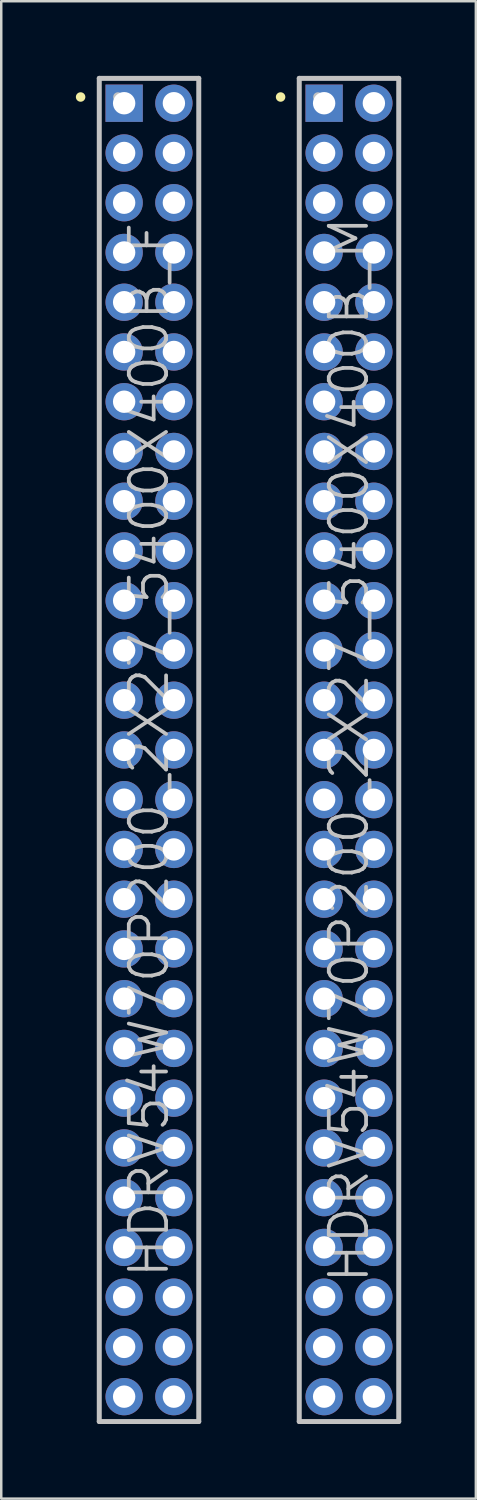
<source format=kicad_pcb>
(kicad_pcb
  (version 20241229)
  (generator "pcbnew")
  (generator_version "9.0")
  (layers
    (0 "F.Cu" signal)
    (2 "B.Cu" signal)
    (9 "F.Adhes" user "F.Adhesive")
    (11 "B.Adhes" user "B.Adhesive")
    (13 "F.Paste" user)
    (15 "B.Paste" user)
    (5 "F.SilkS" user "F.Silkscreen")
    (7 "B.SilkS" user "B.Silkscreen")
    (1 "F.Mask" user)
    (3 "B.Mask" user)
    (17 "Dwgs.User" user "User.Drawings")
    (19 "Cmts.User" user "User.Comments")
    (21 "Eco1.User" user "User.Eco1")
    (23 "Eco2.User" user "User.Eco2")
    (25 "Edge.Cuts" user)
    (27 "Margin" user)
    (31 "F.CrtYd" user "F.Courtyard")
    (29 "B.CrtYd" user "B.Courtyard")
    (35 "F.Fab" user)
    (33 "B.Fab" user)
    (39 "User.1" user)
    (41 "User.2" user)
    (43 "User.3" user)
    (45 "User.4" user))
  (footprint "HDRV54W70P200_2X27_5400X400B_M"
    (layer "F.Cu")
    (at 10.981 27.1)
    (property "Reference" "HDRV54W70P200_2X27_5400X400B_M" (at 0 0 90) (layer "Dwgs.User") (effects (font (size 1.5 1.5) (thickness 0.15))))
    (attr through_hole)
    (fp_line (start -2.75 -26.25) (end -2.75 -26.25) (stroke (width 0.381) (type solid)) (layer "F.SilkS"))
    (fp_line (start -2 -27) (end -2 27) (stroke (width 0.2) (type solid)) (layer "Dwgs.User"))
    (fp_line (start -2 -27) (end 2 -27) (stroke (width 0.2) (type solid)) (layer "Dwgs.User"))
    (fp_line (start -2 27) (end 2 27) (stroke (width 0.2) (type solid)) (layer "Dwgs.User"))
    (fp_line (start -1.25 -26.25) (end -1.25 -26.25) (stroke (width 0.381) (type solid)) (layer "Dwgs.User"))
    (fp_line (start 2 -27) (end 2 27) (stroke (width 0.2) (type solid)) (layer "Dwgs.User"))
    (pad "1" thru_hole rect (at -1 -26) (size 1.5 1.5) (drill 0.9) (layers "*.Cu" "*.Mask"))
    (pad "2" thru_hole circle (at 1 -26 270) (size 1.5 1.5) (drill 0.9) (layers "*.Cu" "*.Mask"))
    (pad "3" thru_hole circle (at -1 -24 270) (size 1.5 1.5) (drill 0.9) (layers "*.Cu" "*.Mask"))
    (pad "4" thru_hole circle (at 1 -24 270) (size 1.5 1.5) (drill 0.9) (layers "*.Cu" "*.Mask"))
    (pad "5" thru_hole circle (at -1 -22 270) (size 1.5 1.5) (drill 0.9) (layers "*.Cu" "*.Mask"))
    (pad "6" thru_hole circle (at 1 -22 270) (size 1.5 1.5) (drill 0.9) (layers "*.Cu" "*.Mask"))
    (pad "7" thru_hole circle (at -1 -20 270) (size 1.5 1.5) (drill 0.9) (layers "*.Cu" "*.Mask"))
    (pad "8" thru_hole circle (at 1 -20 270) (size 1.5 1.5) (drill 0.9) (layers "*.Cu" "*.Mask"))
    (pad "9" thru_hole circle (at -1 -18 270) (size 1.5 1.5) (drill 0.9) (layers "*.Cu" "*.Mask"))
    (pad "10" thru_hole circle (at 1 -18 270) (size 1.5 1.5) (drill 0.9) (layers "*.Cu" "*.Mask"))
    (pad "11" thru_hole circle (at -1 -16 270) (size 1.5 1.5) (drill 0.9) (layers "*.Cu" "*.Mask"))
    (pad "12" thru_hole circle (at 1 -16 270) (size 1.5 1.5) (drill 0.9) (layers "*.Cu" "*.Mask"))
    (pad "13" thru_hole circle (at -1 -14 270) (size 1.5 1.5) (drill 0.9) (layers "*.Cu" "*.Mask"))
    (pad "14" thru_hole circle (at 1 -14 270) (size 1.5 1.5) (drill 0.9) (layers "*.Cu" "*.Mask"))
    (pad "15" thru_hole circle (at -1 -12 270) (size 1.5 1.5) (drill 0.9) (layers "*.Cu" "*.Mask"))
    (pad "16" thru_hole circle (at 1 -12 270) (size 1.5 1.5) (drill 0.9) (layers "*.Cu" "*.Mask"))
    (pad "17" thru_hole circle (at -1 -10 270) (size 1.5 1.5) (drill 0.9) (layers "*.Cu" "*.Mask"))
    (pad "18" thru_hole circle (at 1 -10 270) (size 1.5 1.5) (drill 0.9) (layers "*.Cu" "*.Mask"))
    (pad "19" thru_hole circle (at -1 -8 270) (size 1.5 1.5) (drill 0.9) (layers "*.Cu" "*.Mask"))
    (pad "20" thru_hole circle (at 1 -8 270) (size 1.5 1.5) (drill 0.9) (layers "*.Cu" "*.Mask"))
    (pad "21" thru_hole circle (at -1 -6 270) (size 1.5 1.5) (drill 0.9) (layers "*.Cu" "*.Mask"))
    (pad "22" thru_hole circle (at 1 -6 270) (size 1.5 1.5) (drill 0.9) (layers "*.Cu" "*.Mask"))
    (pad "23" thru_hole circle (at -1 -4 270) (size 1.5 1.5) (drill 0.9) (layers "*.Cu" "*.Mask"))
    (pad "24" thru_hole circle (at 1 -4 270) (size 1.5 1.5) (drill 0.9) (layers "*.Cu" "*.Mask"))
    (pad "25" thru_hole circle (at -1 -2 270) (size 1.5 1.5) (drill 0.9) (layers "*.Cu" "*.Mask"))
    (pad "26" thru_hole circle (at 1 -2 270) (size 1.5 1.5) (drill 0.9) (layers "*.Cu" "*.Mask"))
    (pad "27" thru_hole circle (at -1 0 270) (size 1.5 1.5) (drill 0.9) (layers "*.Cu" "*.Mask"))
    (pad "28" thru_hole circle (at 1 0 270) (size 1.5 1.5) (drill 0.9) (layers "*.Cu" "*.Mask"))
    (pad "29" thru_hole circle (at -1 2 270) (size 1.5 1.5) (drill 0.9) (layers "*.Cu" "*.Mask"))
    (pad "30" thru_hole circle (at 1 2 270) (size 1.5 1.5) (drill 0.9) (layers "*.Cu" "*.Mask"))
    (pad "31" thru_hole circle (at -1 4 270) (size 1.5 1.5) (drill 0.9) (layers "*.Cu" "*.Mask"))
    (pad "32" thru_hole circle (at 1 4 270) (size 1.5 1.5) (drill 0.9) (layers "*.Cu" "*.Mask"))
    (pad "33" thru_hole circle (at -1 6 270) (size 1.5 1.5) (drill 0.9) (layers "*.Cu" "*.Mask"))
    (pad "34" thru_hole circle (at 1 6 270) (size 1.5 1.5) (drill 0.9) (layers "*.Cu" "*.Mask"))
    (pad "35" thru_hole circle (at -1 8 270) (size 1.5 1.5) (drill 0.9) (layers "*.Cu" "*.Mask"))
    (pad "36" thru_hole circle (at 1 8 270) (size 1.5 1.5) (drill 0.9) (layers "*.Cu" "*.Mask"))
    (pad "37" thru_hole circle (at -1 10 270) (size 1.5 1.5) (drill 0.9) (layers "*.Cu" "*.Mask"))
    (pad "38" thru_hole circle (at 1 10 270) (size 1.5 1.5) (drill 0.9) (layers "*.Cu" "*.Mask"))
    (pad "39" thru_hole circle (at -1 12 270) (size 1.5 1.5) (drill 0.9) (layers "*.Cu" "*.Mask"))
    (pad "40" thru_hole circle (at 1 12 270) (size 1.5 1.5) (drill 0.9) (layers "*.Cu" "*.Mask"))
    (pad "41" thru_hole circle (at -1 14 270) (size 1.5 1.5) (drill 0.9) (layers "*.Cu" "*.Mask"))
    (pad "42" thru_hole circle (at 1 14 270) (size 1.5 1.5) (drill 0.9) (layers "*.Cu" "*.Mask"))
    (pad "43" thru_hole circle (at -1 16 270) (size 1.5 1.5) (drill 0.9) (layers "*.Cu" "*.Mask"))
    (pad "44" thru_hole circle (at 1 16 270) (size 1.5 1.5) (drill 0.9) (layers "*.Cu" "*.Mask"))
    (pad "45" thru_hole circle (at -1 18 270) (size 1.5 1.5) (drill 0.9) (layers "*.Cu" "*.Mask"))
    (pad "46" thru_hole circle (at 1 18 270) (size 1.5 1.5) (drill 0.9) (layers "*.Cu" "*.Mask"))
    (pad "47" thru_hole circle (at -1 20 270) (size 1.5 1.5) (drill 0.9) (layers "*.Cu" "*.Mask"))
    (pad "48" thru_hole circle (at 1 20 270) (size 1.5 1.5) (drill 0.9) (layers "*.Cu" "*.Mask"))
    (pad "49" thru_hole circle (at -1 22 270) (size 1.5 1.5) (drill 0.9) (layers "*.Cu" "*.Mask"))
    (pad "50" thru_hole circle (at 1 22 270) (size 1.5 1.5) (drill 0.9) (layers "*.Cu" "*.Mask"))
    (pad "51" thru_hole circle (at -1 24 270) (size 1.5 1.5) (drill 0.9) (layers "*.Cu" "*.Mask"))
    (pad "52" thru_hole circle (at 1 24 270) (size 1.5 1.5) (drill 0.9) (layers "*.Cu" "*.Mask"))
    (pad "53" thru_hole circle (at -1 26 270) (size 1.5 1.5) (drill 0.9) (layers "*.Cu" "*.Mask"))
    (pad "54" thru_hole circle (at 1 26 270) (size 1.5 1.5) (drill 0.9) (layers "*.Cu" "*.Mask")))
  (footprint "HDRV54W70P200_2X27_5400X400B_F"
    (layer "F.Cu")
    (at 2.941 27.1)
    (property "Reference" "HDRV54W70P200_2X27_5400X400B_F" (at 0 0 90) (layer "Dwgs.User") (effects (font (size 1.5 1.5) (thickness 0.15))))
    (attr through_hole)
    (fp_line (start -2.75 -26.25) (end -2.75 -26.25) (stroke (width 0.381) (type solid)) (layer "F.SilkS"))
    (fp_line (start -2 -27) (end -2 27) (stroke (width 0.2) (type solid)) (layer "Dwgs.User"))
    (fp_line (start -2 -27) (end 2 -27) (stroke (width 0.2) (type solid)) (layer "Dwgs.User"))
    (fp_line (start -2 27) (end 2 27) (stroke (width 0.2) (type solid)) (layer "Dwgs.User"))
    (fp_line (start -1.25 -26.25) (end -1.25 -26.25) (stroke (width 0.381) (type solid)) (layer "Dwgs.User"))
    (fp_line (start 2 -27) (end 2 27) (stroke (width 0.2) (type solid)) (layer "Dwgs.User"))
    (pad "1" thru_hole rect (at -1 -26) (size 1.5 1.5) (drill 0.9) (layers "*.Cu" "*.Mask"))
    (pad "2" thru_hole circle (at 1 -26 270) (size 1.5 1.5) (drill 0.9) (layers "*.Cu" "*.Mask"))
    (pad "3" thru_hole circle (at -1 -24 270) (size 1.5 1.5) (drill 0.9) (layers "*.Cu" "*.Mask"))
    (pad "4" thru_hole circle (at 1 -24 270) (size 1.5 1.5) (drill 0.9) (layers "*.Cu" "*.Mask"))
    (pad "5" thru_hole circle (at -1 -22 270) (size 1.5 1.5) (drill 0.9) (layers "*.Cu" "*.Mask"))
    (pad "6" thru_hole circle (at 1 -22 270) (size 1.5 1.5) (drill 0.9) (layers "*.Cu" "*.Mask"))
    (pad "7" thru_hole circle (at -1 -20 270) (size 1.5 1.5) (drill 0.9) (layers "*.Cu" "*.Mask"))
    (pad "8" thru_hole circle (at 1 -20 270) (size 1.5 1.5) (drill 0.9) (layers "*.Cu" "*.Mask"))
    (pad "9" thru_hole circle (at -1 -18 270) (size 1.5 1.5) (drill 0.9) (layers "*.Cu" "*.Mask"))
    (pad "10" thru_hole circle (at 1 -18 270) (size 1.5 1.5) (drill 0.9) (layers "*.Cu" "*.Mask"))
    (pad "11" thru_hole circle (at -1 -16 270) (size 1.5 1.5) (drill 0.9) (layers "*.Cu" "*.Mask"))
    (pad "12" thru_hole circle (at 1 -16 270) (size 1.5 1.5) (drill 0.9) (layers "*.Cu" "*.Mask"))
    (pad "13" thru_hole circle (at -1 -14 270) (size 1.5 1.5) (drill 0.9) (layers "*.Cu" "*.Mask"))
    (pad "14" thru_hole circle (at 1 -14 270) (size 1.5 1.5) (drill 0.9) (layers "*.Cu" "*.Mask"))
    (pad "15" thru_hole circle (at -1 -12 270) (size 1.5 1.5) (drill 0.9) (layers "*.Cu" "*.Mask"))
    (pad "16" thru_hole circle (at 1 -12 270) (size 1.5 1.5) (drill 0.9) (layers "*.Cu" "*.Mask"))
    (pad "17" thru_hole circle (at -1 -10 270) (size 1.5 1.5) (drill 0.9) (layers "*.Cu" "*.Mask"))
    (pad "18" thru_hole circle (at 1 -10 270) (size 1.5 1.5) (drill 0.9) (layers "*.Cu" "*.Mask"))
    (pad "19" thru_hole circle (at -1 -8 270) (size 1.5 1.5) (drill 0.9) (layers "*.Cu" "*.Mask"))
    (pad "20" thru_hole circle (at 1 -8 270) (size 1.5 1.5) (drill 0.9) (layers "*.Cu" "*.Mask"))
    (pad "21" thru_hole circle (at -1 -6 270) (size 1.5 1.5) (drill 0.9) (layers "*.Cu" "*.Mask"))
    (pad "22" thru_hole circle (at 1 -6 270) (size 1.5 1.5) (drill 0.9) (layers "*.Cu" "*.Mask"))
    (pad "23" thru_hole circle (at -1 -4 270) (size 1.5 1.5) (drill 0.9) (layers "*.Cu" "*.Mask"))
    (pad "24" thru_hole circle (at 1 -4 270) (size 1.5 1.5) (drill 0.9) (layers "*.Cu" "*.Mask"))
    (pad "25" thru_hole circle (at -1 -2 270) (size 1.5 1.5) (drill 0.9) (layers "*.Cu" "*.Mask"))
    (pad "26" thru_hole circle (at 1 -2 270) (size 1.5 1.5) (drill 0.9) (layers "*.Cu" "*.Mask"))
    (pad "27" thru_hole circle (at -1 0 270) (size 1.5 1.5) (drill 0.9) (layers "*.Cu" "*.Mask"))
    (pad "28" thru_hole circle (at 1 0 270) (size 1.5 1.5) (drill 0.9) (layers "*.Cu" "*.Mask"))
    (pad "29" thru_hole circle (at -1 2 270) (size 1.5 1.5) (drill 0.9) (layers "*.Cu" "*.Mask"))
    (pad "30" thru_hole circle (at 1 2 270) (size 1.5 1.5) (drill 0.9) (layers "*.Cu" "*.Mask"))
    (pad "31" thru_hole circle (at -1 4 270) (size 1.5 1.5) (drill 0.9) (layers "*.Cu" "*.Mask"))
    (pad "32" thru_hole circle (at 1 4 270) (size 1.5 1.5) (drill 0.9) (layers "*.Cu" "*.Mask"))
    (pad "33" thru_hole circle (at -1 6 270) (size 1.5 1.5) (drill 0.9) (layers "*.Cu" "*.Mask"))
    (pad "34" thru_hole circle (at 1 6 270) (size 1.5 1.5) (drill 0.9) (layers "*.Cu" "*.Mask"))
    (pad "35" thru_hole circle (at -1 8 270) (size 1.5 1.5) (drill 0.9) (layers "*.Cu" "*.Mask"))
    (pad "36" thru_hole circle (at 1 8 270) (size 1.5 1.5) (drill 0.9) (layers "*.Cu" "*.Mask"))
    (pad "37" thru_hole circle (at -1 10 270) (size 1.5 1.5) (drill 0.9) (layers "*.Cu" "*.Mask"))
    (pad "38" thru_hole circle (at 1 10 270) (size 1.5 1.5) (drill 0.9) (layers "*.Cu" "*.Mask"))
    (pad "39" thru_hole circle (at -1 12 270) (size 1.5 1.5) (drill 0.9) (layers "*.Cu" "*.Mask"))
    (pad "40" thru_hole circle (at 1 12 270) (size 1.5 1.5) (drill 0.9) (layers "*.Cu" "*.Mask"))
    (pad "41" thru_hole circle (at -1 14 270) (size 1.5 1.5) (drill 0.9) (layers "*.Cu" "*.Mask"))
    (pad "42" thru_hole circle (at 1 14 270) (size 1.5 1.5) (drill 0.9) (layers "*.Cu" "*.Mask"))
    (pad "43" thru_hole circle (at -1 16 270) (size 1.5 1.5) (drill 0.9) (layers "*.Cu" "*.Mask"))
    (pad "44" thru_hole circle (at 1 16 270) (size 1.5 1.5) (drill 0.9) (layers "*.Cu" "*.Mask"))
    (pad "45" thru_hole circle (at -1 18 270) (size 1.5 1.5) (drill 0.9) (layers "*.Cu" "*.Mask"))
    (pad "46" thru_hole circle (at 1 18 270) (size 1.5 1.5) (drill 0.9) (layers "*.Cu" "*.Mask"))
    (pad "47" thru_hole circle (at -1 20 270) (size 1.5 1.5) (drill 0.9) (layers "*.Cu" "*.Mask"))
    (pad "48" thru_hole circle (at 1 20 270) (size 1.5 1.5) (drill 0.9) (layers "*.Cu" "*.Mask"))
    (pad "49" thru_hole circle (at -1 22 270) (size 1.5 1.5) (drill 0.9) (layers "*.Cu" "*.Mask"))
    (pad "50" thru_hole circle (at 1 22 270) (size 1.5 1.5) (drill 0.9) (layers "*.Cu" "*.Mask"))
    (pad "51" thru_hole circle (at -1 24 270) (size 1.5 1.5) (drill 0.9) (layers "*.Cu" "*.Mask"))
    (pad "52" thru_hole circle (at 1 24 270) (size 1.5 1.5) (drill 0.9) (layers "*.Cu" "*.Mask"))
    (pad "53" thru_hole circle (at -1 26 270) (size 1.5 1.5) (drill 0.9) (layers "*.Cu" "*.Mask"))
    (pad "54" thru_hole circle (at 1 26 270) (size 1.5 1.5) (drill 0.9) (layers "*.Cu" "*.Mask")))
  (gr_rect
    (start -3 -3)
    (end 16.081 57.2)
    (stroke (width 0.1) (type default))
    (fill no)
    (layer "Edge.Cuts")))
</source>
